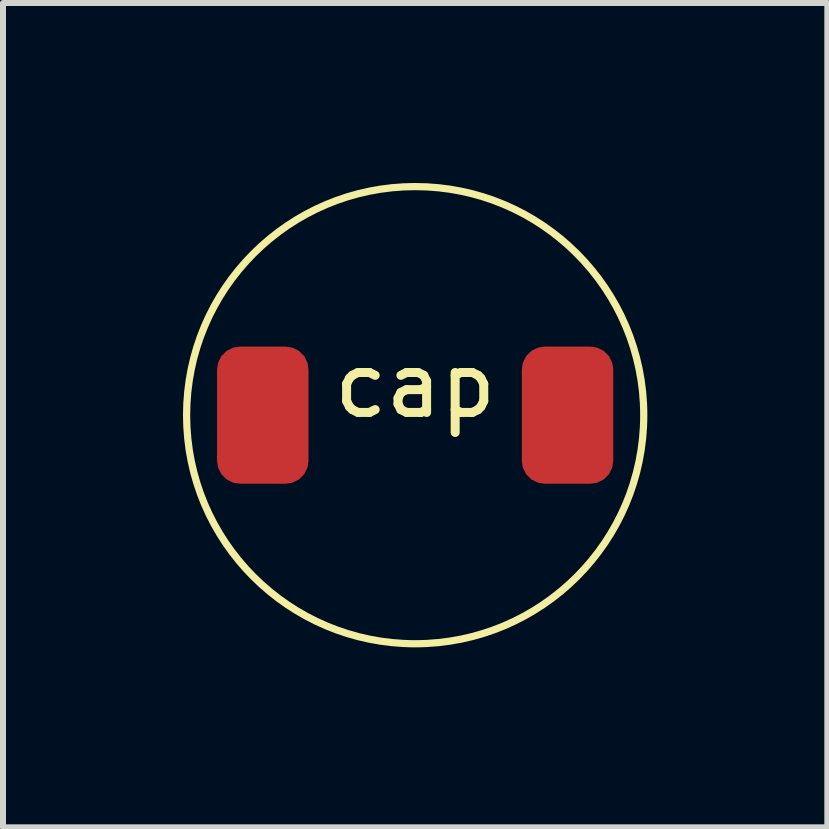
<source format=kicad_pcb>
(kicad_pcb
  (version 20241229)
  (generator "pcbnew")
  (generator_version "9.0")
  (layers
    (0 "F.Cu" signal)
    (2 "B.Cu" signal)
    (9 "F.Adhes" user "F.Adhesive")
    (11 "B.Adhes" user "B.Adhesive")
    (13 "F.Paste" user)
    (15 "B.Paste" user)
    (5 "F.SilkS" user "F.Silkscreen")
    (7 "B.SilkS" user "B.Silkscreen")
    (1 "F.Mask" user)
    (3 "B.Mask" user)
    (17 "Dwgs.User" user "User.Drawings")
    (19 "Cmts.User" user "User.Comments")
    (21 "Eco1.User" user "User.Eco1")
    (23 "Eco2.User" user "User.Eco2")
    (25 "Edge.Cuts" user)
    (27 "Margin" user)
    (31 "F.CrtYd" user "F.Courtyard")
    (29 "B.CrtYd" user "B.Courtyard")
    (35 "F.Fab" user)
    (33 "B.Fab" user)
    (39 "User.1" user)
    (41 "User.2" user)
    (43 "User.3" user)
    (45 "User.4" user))
  (footprint "cap"
    (layer "F.Cu")
    (at 3.87 3.87)
    (property "Reference" "cap" (at 0 -0.5 0) (unlocked yes) (layer "F.SilkS") (effects (font (size 1 1) (thickness 0.15))))
    (attr smd)
    (fp_circle (center 0 0) (end 3.81 0) (stroke (width 0.12) (type solid)) (fill no) (layer "F.SilkS"))
    (pad "1" smd roundrect (at -2.54 0 90) (size 2.286 1.524) (layers "F.Cu" "F.Mask" "F.Paste") (roundrect_rratio 0.25))
    (pad "2" smd roundrect (at 2.54 0 90) (size 2.286 1.524) (layers "F.Cu" "F.Mask" "F.Paste") (roundrect_rratio 0.25)))
  (gr_rect
    (start -3 -3)
    (end 10.74 10.74)
    (stroke (width 0.1) (type default))
    (fill no)
    (layer "Edge.Cuts")))
</source>
